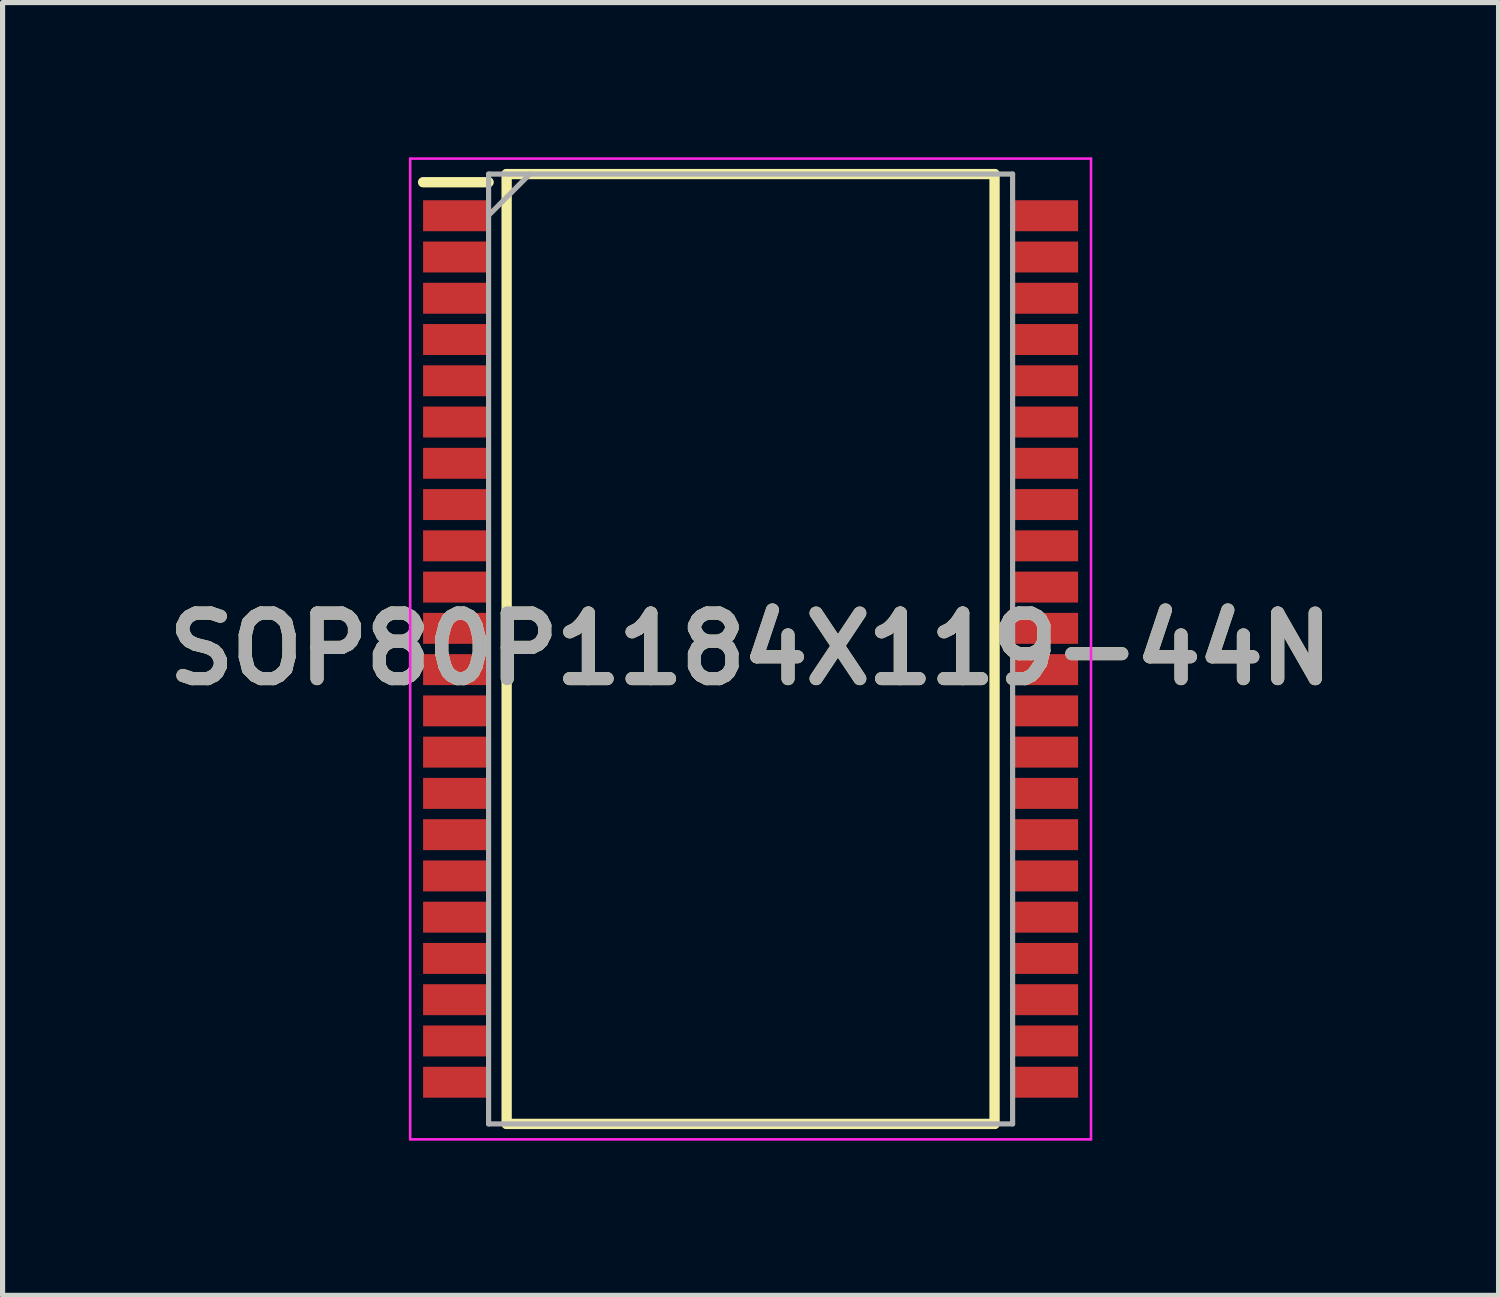
<source format=kicad_pcb>
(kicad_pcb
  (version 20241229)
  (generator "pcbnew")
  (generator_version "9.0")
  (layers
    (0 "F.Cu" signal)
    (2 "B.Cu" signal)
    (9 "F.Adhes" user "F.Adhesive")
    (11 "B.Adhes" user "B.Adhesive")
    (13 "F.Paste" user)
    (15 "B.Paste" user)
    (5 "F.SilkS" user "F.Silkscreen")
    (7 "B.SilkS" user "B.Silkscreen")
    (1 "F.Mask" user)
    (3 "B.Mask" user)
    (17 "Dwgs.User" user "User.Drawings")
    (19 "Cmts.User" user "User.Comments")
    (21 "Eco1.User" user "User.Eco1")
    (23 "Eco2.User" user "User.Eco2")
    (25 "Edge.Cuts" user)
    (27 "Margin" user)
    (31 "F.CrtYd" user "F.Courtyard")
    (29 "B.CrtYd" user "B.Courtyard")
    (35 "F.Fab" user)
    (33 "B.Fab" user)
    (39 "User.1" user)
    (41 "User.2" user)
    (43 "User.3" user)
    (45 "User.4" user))
  (footprint "SOP80P1184X119-44N"
    (layer "F.Cu")
    (at 11.503 9.533)
    (property "Reference" "SOP80P1184X119-44N" (at 0 0 0) (layer "F.SilkS") (effects (font (size 1.27 1.27) (thickness 0.254))))
    (attr smd)
    (fp_line (start -6.35 -9.05) (end -5.08 -9.05) (stroke (width 0.2) (type solid)) (layer "F.SilkS"))
    (fp_line (start -4.73 -9.208) (end 4.73 -9.208) (stroke (width 0.2) (type solid)) (layer "F.SilkS"))
    (fp_line (start -4.73 9.208) (end -4.73 -9.208) (stroke (width 0.2) (type solid)) (layer "F.SilkS"))
    (fp_line (start 4.73 -9.208) (end 4.73 9.208) (stroke (width 0.2) (type solid)) (layer "F.SilkS"))
    (fp_line (start 4.73 9.208) (end -4.73 9.208) (stroke (width 0.2) (type solid)) (layer "F.SilkS"))
    (fp_line (start -6.6 -9.508) (end 6.6 -9.508) (stroke (width 0.05) (type solid)) (layer "F.CrtYd"))
    (fp_line (start -6.6 9.508) (end -6.6 -9.508) (stroke (width 0.05) (type solid)) (layer "F.CrtYd"))
    (fp_line (start 6.6 -9.508) (end 6.6 9.508) (stroke (width 0.05) (type solid)) (layer "F.CrtYd"))
    (fp_line (start 6.6 9.508) (end -6.6 9.508) (stroke (width 0.05) (type solid)) (layer "F.CrtYd"))
    (fp_line (start -5.08 -9.208) (end 5.08 -9.208) (stroke (width 0.1) (type solid)) (layer "F.Fab"))
    (fp_line (start -5.08 -8.408) (end -4.28 -9.208) (stroke (width 0.1) (type solid)) (layer "F.Fab"))
    (fp_line (start -5.08 9.208) (end -5.08 -9.208) (stroke (width 0.1) (type solid)) (layer "F.Fab"))
    (fp_line (start 5.08 -9.208) (end 5.08 9.208) (stroke (width 0.1) (type solid)) (layer "F.Fab"))
    (fp_line (start 5.08 9.208) (end -5.08 9.208) (stroke (width 0.1) (type solid)) (layer "F.Fab"))
    (fp_text user "${REFERENCE}" (at 0 0 0) (layer "F.Fab") (effects (font (size 1.27 1.27) (thickness 0.254))))
    (pad "1" smd rect (at -5.715 -8.4 90) (size 0.6 1.27) (layers "F.Cu" "F.Mask" "F.Paste"))
    (pad "2" smd rect (at -5.715 -7.6 90) (size 0.6 1.27) (layers "F.Cu" "F.Mask" "F.Paste"))
    (pad "3" smd rect (at -5.715 -6.8 90) (size 0.6 1.27) (layers "F.Cu" "F.Mask" "F.Paste"))
    (pad "4" smd rect (at -5.715 -6 90) (size 0.6 1.27) (layers "F.Cu" "F.Mask" "F.Paste"))
    (pad "5" smd rect (at -5.715 -5.2 90) (size 0.6 1.27) (layers "F.Cu" "F.Mask" "F.Paste"))
    (pad "6" smd rect (at -5.715 -4.4 90) (size 0.6 1.27) (layers "F.Cu" "F.Mask" "F.Paste"))
    (pad "7" smd rect (at -5.715 -3.6 90) (size 0.6 1.27) (layers "F.Cu" "F.Mask" "F.Paste"))
    (pad "8" smd rect (at -5.715 -2.8 90) (size 0.6 1.27) (layers "F.Cu" "F.Mask" "F.Paste"))
    (pad "9" smd rect (at -5.715 -2 90) (size 0.6 1.27) (layers "F.Cu" "F.Mask" "F.Paste"))
    (pad "10" smd rect (at -5.715 -1.2 90) (size 0.6 1.27) (layers "F.Cu" "F.Mask" "F.Paste"))
    (pad "11" smd rect (at -5.715 -0.4 90) (size 0.6 1.27) (layers "F.Cu" "F.Mask" "F.Paste"))
    (pad "12" smd rect (at -5.715 0.4 90) (size 0.6 1.27) (layers "F.Cu" "F.Mask" "F.Paste"))
    (pad "13" smd rect (at -5.715 1.2 90) (size 0.6 1.27) (layers "F.Cu" "F.Mask" "F.Paste"))
    (pad "14" smd rect (at -5.715 2 90) (size 0.6 1.27) (layers "F.Cu" "F.Mask" "F.Paste"))
    (pad "15" smd rect (at -5.715 2.8 90) (size 0.6 1.27) (layers "F.Cu" "F.Mask" "F.Paste"))
    (pad "16" smd rect (at -5.715 3.6 90) (size 0.6 1.27) (layers "F.Cu" "F.Mask" "F.Paste"))
    (pad "17" smd rect (at -5.715 4.4 90) (size 0.6 1.27) (layers "F.Cu" "F.Mask" "F.Paste"))
    (pad "18" smd rect (at -5.715 5.2 90) (size 0.6 1.27) (layers "F.Cu" "F.Mask" "F.Paste"))
    (pad "19" smd rect (at -5.715 6 90) (size 0.6 1.27) (layers "F.Cu" "F.Mask" "F.Paste"))
    (pad "20" smd rect (at -5.715 6.8 90) (size 0.6 1.27) (layers "F.Cu" "F.Mask" "F.Paste"))
    (pad "21" smd rect (at -5.715 7.6 90) (size 0.6 1.27) (layers "F.Cu" "F.Mask" "F.Paste"))
    (pad "22" smd rect (at -5.715 8.4 90) (size 0.6 1.27) (layers "F.Cu" "F.Mask" "F.Paste"))
    (pad "23" smd rect (at 5.715 8.4 90) (size 0.6 1.27) (layers "F.Cu" "F.Mask" "F.Paste"))
    (pad "24" smd rect (at 5.715 7.6 90) (size 0.6 1.27) (layers "F.Cu" "F.Mask" "F.Paste"))
    (pad "25" smd rect (at 5.715 6.8 90) (size 0.6 1.27) (layers "F.Cu" "F.Mask" "F.Paste"))
    (pad "26" smd rect (at 5.715 6 90) (size 0.6 1.27) (layers "F.Cu" "F.Mask" "F.Paste"))
    (pad "27" smd rect (at 5.715 5.2 90) (size 0.6 1.27) (layers "F.Cu" "F.Mask" "F.Paste"))
    (pad "28" smd rect (at 5.715 4.4 90) (size 0.6 1.27) (layers "F.Cu" "F.Mask" "F.Paste"))
    (pad "29" smd rect (at 5.715 3.6 90) (size 0.6 1.27) (layers "F.Cu" "F.Mask" "F.Paste"))
    (pad "30" smd rect (at 5.715 2.8 90) (size 0.6 1.27) (layers "F.Cu" "F.Mask" "F.Paste"))
    (pad "31" smd rect (at 5.715 2 90) (size 0.6 1.27) (layers "F.Cu" "F.Mask" "F.Paste"))
    (pad "32" smd rect (at 5.715 1.2 90) (size 0.6 1.27) (layers "F.Cu" "F.Mask" "F.Paste"))
    (pad "33" smd rect (at 5.715 0.4 90) (size 0.6 1.27) (layers "F.Cu" "F.Mask" "F.Paste"))
    (pad "34" smd rect (at 5.715 -0.4 90) (size 0.6 1.27) (layers "F.Cu" "F.Mask" "F.Paste"))
    (pad "35" smd rect (at 5.715 -1.2 90) (size 0.6 1.27) (layers "F.Cu" "F.Mask" "F.Paste"))
    (pad "36" smd rect (at 5.715 -2 90) (size 0.6 1.27) (layers "F.Cu" "F.Mask" "F.Paste"))
    (pad "37" smd rect (at 5.715 -2.8 90) (size 0.6 1.27) (layers "F.Cu" "F.Mask" "F.Paste"))
    (pad "38" smd rect (at 5.715 -3.6 90) (size 0.6 1.27) (layers "F.Cu" "F.Mask" "F.Paste"))
    (pad "39" smd rect (at 5.715 -4.4 90) (size 0.6 1.27) (layers "F.Cu" "F.Mask" "F.Paste"))
    (pad "40" smd rect (at 5.715 -5.2 90) (size 0.6 1.27) (layers "F.Cu" "F.Mask" "F.Paste"))
    (pad "41" smd rect (at 5.715 -6 90) (size 0.6 1.27) (layers "F.Cu" "F.Mask" "F.Paste"))
    (pad "42" smd rect (at 5.715 -6.8 90) (size 0.6 1.27) (layers "F.Cu" "F.Mask" "F.Paste"))
    (pad "43" smd rect (at 5.715 -7.6 90) (size 0.6 1.27) (layers "F.Cu" "F.Mask" "F.Paste"))
    (pad "44" smd rect (at 5.715 -8.4 90) (size 0.6 1.27) (layers "F.Cu" "F.Mask" "F.Paste")))
  (gr_rect
    (start -3 -3)
    (end 26.005 22.066)
    (stroke (width 0.1) (type default))
    (fill no)
    (layer "Edge.Cuts")))
</source>
